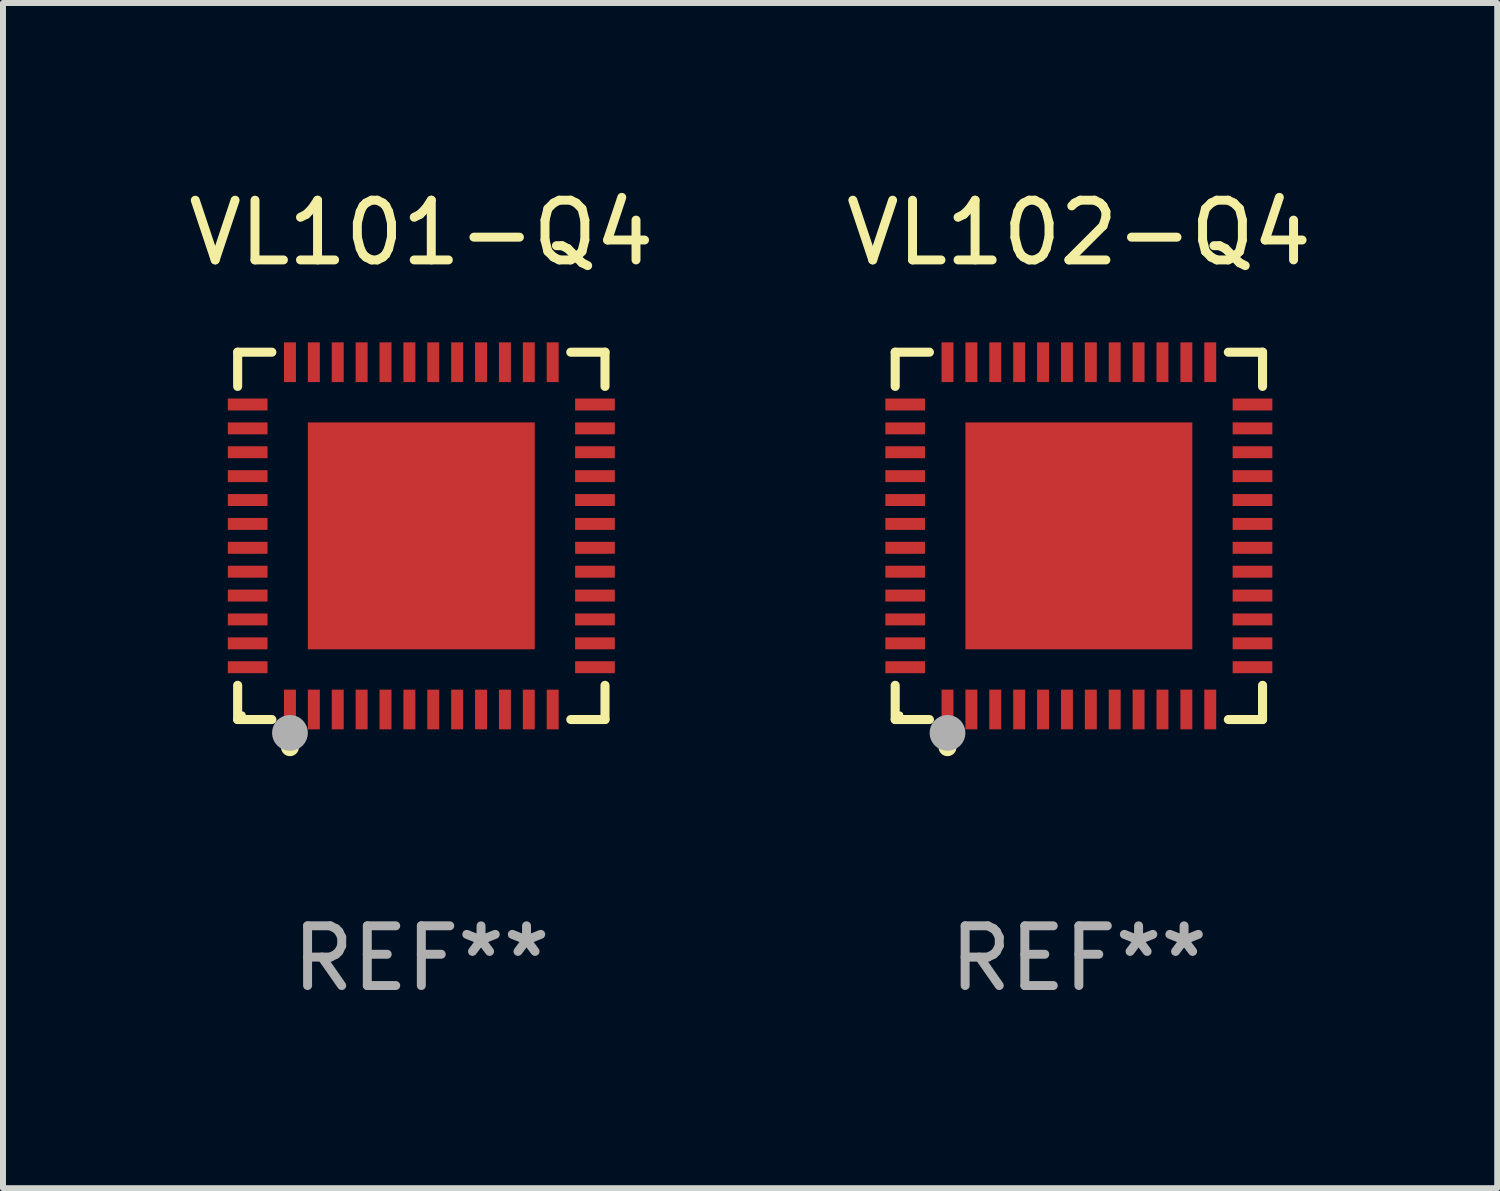
<source format=kicad_pcb>
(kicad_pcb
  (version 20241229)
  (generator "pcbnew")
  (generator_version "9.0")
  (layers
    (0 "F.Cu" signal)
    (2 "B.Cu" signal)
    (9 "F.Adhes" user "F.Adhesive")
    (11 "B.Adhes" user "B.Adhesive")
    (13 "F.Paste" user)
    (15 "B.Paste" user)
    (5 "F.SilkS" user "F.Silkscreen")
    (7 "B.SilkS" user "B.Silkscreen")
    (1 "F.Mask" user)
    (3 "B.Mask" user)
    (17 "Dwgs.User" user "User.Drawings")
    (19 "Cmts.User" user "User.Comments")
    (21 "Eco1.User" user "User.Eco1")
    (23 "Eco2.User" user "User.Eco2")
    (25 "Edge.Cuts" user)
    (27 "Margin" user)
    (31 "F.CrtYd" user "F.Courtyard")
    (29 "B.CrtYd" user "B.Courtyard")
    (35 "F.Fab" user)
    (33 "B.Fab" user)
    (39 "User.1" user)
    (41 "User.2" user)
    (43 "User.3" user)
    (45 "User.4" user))
  (footprint "VL101-Q4"
    (layer "F.Cu")
    (at 4.006 5.924)
    (property "Reference" "VL101-Q4" (at 0 -5.076 0) (layer "F.SilkS") (effects (font (size 1 1) (thickness 0.15))))
    (attr through_hole)
    (fp_line (start -3.076 -3.076) (end -2.503 -3.076) (stroke (width 0.152) (type solid)) (layer "F.SilkS"))
    (fp_line (start -3.076 -2.503) (end -3.076 -3.076) (stroke (width 0.152) (type solid)) (layer "F.SilkS"))
    (fp_line (start -3.076 2.503) (end -3.076 3.076) (stroke (width 0.152) (type solid)) (layer "F.SilkS"))
    (fp_line (start -3.076 3.076) (end -2.503 3.076) (stroke (width 0.152) (type solid)) (layer "F.SilkS"))
    (fp_line (start 3.076 -3.076) (end 2.503 -3.076) (stroke (width 0.152) (type solid)) (layer "F.SilkS"))
    (fp_line (start 3.076 -2.503) (end 3.076 -3.076) (stroke (width 0.152) (type solid)) (layer "F.SilkS"))
    (fp_line (start 3.076 2.503) (end 3.076 3.076) (stroke (width 0.152) (type solid)) (layer "F.SilkS"))
    (fp_line (start 3.076 3.076) (end 2.503 3.076) (stroke (width 0.152) (type solid)) (layer "F.SilkS"))
    (fp_circle (center -3 3) (end -2.97 3) (stroke (width 0.06) (type solid)) (fill no) (layer "F.SilkS"))
    (fp_circle (center -2.2 3.54) (end -2.125 3.54) (stroke (width 0.15) (type solid)) (fill no) (layer "F.SilkS"))
    (fp_circle (center -2.2 3.3) (end -2.05 3.3) (stroke (width 0.3) (type solid)) (fill no) (layer "F.Fab"))
    (fp_text user "REF**" (at 0 7.076 0) (layer "F.Fab") (effects (font (size 1 1) (thickness 0.15))))
    (pad "1" smd rect (at -2.2 2.908) (size 0.2 0.665) (layers "F.Cu" "F.Mask" "F.Paste"))
    (pad "2" smd rect (at -1.8 2.908) (size 0.2 0.665) (layers "F.Cu" "F.Mask" "F.Paste"))
    (pad "3" smd rect (at -1.4 2.908) (size 0.2 0.665) (layers "F.Cu" "F.Mask" "F.Paste"))
    (pad "4" smd rect (at -1 2.908) (size 0.2 0.665) (layers "F.Cu" "F.Mask" "F.Paste"))
    (pad "5" smd rect (at -0.6 2.908) (size 0.2 0.665) (layers "F.Cu" "F.Mask" "F.Paste"))
    (pad "6" smd rect (at -0.2 2.908) (size 0.2 0.665) (layers "F.Cu" "F.Mask" "F.Paste"))
    (pad "7" smd rect (at 0.2 2.908) (size 0.2 0.665) (layers "F.Cu" "F.Mask" "F.Paste"))
    (pad "8" smd rect (at 0.6 2.908) (size 0.2 0.665) (layers "F.Cu" "F.Mask" "F.Paste"))
    (pad "9" smd rect (at 1 2.908) (size 0.2 0.665) (layers "F.Cu" "F.Mask" "F.Paste"))
    (pad "10" smd rect (at 1.4 2.908) (size 0.2 0.665) (layers "F.Cu" "F.Mask" "F.Paste"))
    (pad "11" smd rect (at 1.8 2.908) (size 0.2 0.665) (layers "F.Cu" "F.Mask" "F.Paste"))
    (pad "12" smd rect (at 2.2 2.908) (size 0.2 0.665) (layers "F.Cu" "F.Mask" "F.Paste"))
    (pad "13" smd rect (at 2.908 2.2) (size 0.665 0.2) (layers "F.Cu" "F.Mask" "F.Paste"))
    (pad "14" smd rect (at 2.908 1.8) (size 0.665 0.2) (layers "F.Cu" "F.Mask" "F.Paste"))
    (pad "15" smd rect (at 2.908 1.4) (size 0.665 0.2) (layers "F.Cu" "F.Mask" "F.Paste"))
    (pad "16" smd rect (at 2.908 1) (size 0.665 0.2) (layers "F.Cu" "F.Mask" "F.Paste"))
    (pad "17" smd rect (at 2.908 0.6) (size 0.665 0.2) (layers "F.Cu" "F.Mask" "F.Paste"))
    (pad "18" smd rect (at 2.908 0.2) (size 0.665 0.2) (layers "F.Cu" "F.Mask" "F.Paste"))
    (pad "19" smd rect (at 2.908 -0.2) (size 0.665 0.2) (layers "F.Cu" "F.Mask" "F.Paste"))
    (pad "20" smd rect (at 2.908 -0.6) (size 0.665 0.2) (layers "F.Cu" "F.Mask" "F.Paste"))
    (pad "21" smd rect (at 2.908 -1) (size 0.665 0.2) (layers "F.Cu" "F.Mask" "F.Paste"))
    (pad "22" smd rect (at 2.908 -1.4) (size 0.665 0.2) (layers "F.Cu" "F.Mask" "F.Paste"))
    (pad "23" smd rect (at 2.908 -1.8) (size 0.665 0.2) (layers "F.Cu" "F.Mask" "F.Paste"))
    (pad "24" smd rect (at 2.908 -2.2) (size 0.665 0.2) (layers "F.Cu" "F.Mask" "F.Paste"))
    (pad "25" smd rect (at 2.2 -2.908) (size 0.2 0.665) (layers "F.Cu" "F.Mask" "F.Paste"))
    (pad "26" smd rect (at 1.8 -2.908) (size 0.2 0.665) (layers "F.Cu" "F.Mask" "F.Paste"))
    (pad "27" smd rect (at 1.4 -2.908) (size 0.2 0.665) (layers "F.Cu" "F.Mask" "F.Paste"))
    (pad "28" smd rect (at 1 -2.908) (size 0.2 0.665) (layers "F.Cu" "F.Mask" "F.Paste"))
    (pad "29" smd rect (at 0.6 -2.908) (size 0.2 0.665) (layers "F.Cu" "F.Mask" "F.Paste"))
    (pad "30" smd rect (at 0.2 -2.908) (size 0.2 0.665) (layers "F.Cu" "F.Mask" "F.Paste"))
    (pad "31" smd rect (at -0.2 -2.908) (size 0.2 0.665) (layers "F.Cu" "F.Mask" "F.Paste"))
    (pad "32" smd rect (at -0.6 -2.908) (size 0.2 0.665) (layers "F.Cu" "F.Mask" "F.Paste"))
    (pad "33" smd rect (at -1 -2.908) (size 0.2 0.665) (layers "F.Cu" "F.Mask" "F.Paste"))
    (pad "34" smd rect (at -1.4 -2.908) (size 0.2 0.665) (layers "F.Cu" "F.Mask" "F.Paste"))
    (pad "35" smd rect (at -1.8 -2.908) (size 0.2 0.665) (layers "F.Cu" "F.Mask" "F.Paste"))
    (pad "36" smd rect (at -2.2 -2.908) (size 0.2 0.665) (layers "F.Cu" "F.Mask" "F.Paste"))
    (pad "37" smd rect (at -2.908 -2.2) (size 0.665 0.2) (layers "F.Cu" "F.Mask" "F.Paste"))
    (pad "38" smd rect (at -2.908 -1.8) (size 0.665 0.2) (layers "F.Cu" "F.Mask" "F.Paste"))
    (pad "39" smd rect (at -2.908 -1.4) (size 0.665 0.2) (layers "F.Cu" "F.Mask" "F.Paste"))
    (pad "40" smd rect (at -2.908 -1) (size 0.665 0.2) (layers "F.Cu" "F.Mask" "F.Paste"))
    (pad "41" smd rect (at -2.908 -0.6) (size 0.665 0.2) (layers "F.Cu" "F.Mask" "F.Paste"))
    (pad "42" smd rect (at -2.908 -0.2) (size 0.665 0.2) (layers "F.Cu" "F.Mask" "F.Paste"))
    (pad "43" smd rect (at -2.908 0.2) (size 0.665 0.2) (layers "F.Cu" "F.Mask" "F.Paste"))
    (pad "44" smd rect (at -2.908 0.6) (size 0.665 0.2) (layers "F.Cu" "F.Mask" "F.Paste"))
    (pad "45" smd rect (at -2.908 1) (size 0.665 0.2) (layers "F.Cu" "F.Mask" "F.Paste"))
    (pad "46" smd rect (at -2.908 1.4) (size 0.665 0.2) (layers "F.Cu" "F.Mask" "F.Paste"))
    (pad "47" smd rect (at -2.908 1.8) (size 0.665 0.2) (layers "F.Cu" "F.Mask" "F.Paste"))
    (pad "48" smd rect (at -2.908 2.2) (size 0.665 0.2) (layers "F.Cu" "F.Mask" "F.Paste"))
    (pad "49" smd rect (at 0 0) (size 3.8 3.8) (layers "F.Cu" "F.Mask" "F.Paste")))
  (footprint "VL102-Q4"
    (layer "F.Cu")
    (at 15.018 5.924)
    (property "Reference" "VL102-Q4" (at 0 -5.076 0) (layer "F.SilkS") (effects (font (size 1 1) (thickness 0.15))))
    (attr through_hole)
    (fp_line (start -3.076 -3.076) (end -2.503 -3.076) (stroke (width 0.152) (type solid)) (layer "F.SilkS"))
    (fp_line (start -3.076 -2.503) (end -3.076 -3.076) (stroke (width 0.152) (type solid)) (layer "F.SilkS"))
    (fp_line (start -3.076 2.503) (end -3.076 3.076) (stroke (width 0.152) (type solid)) (layer "F.SilkS"))
    (fp_line (start -3.076 3.076) (end -2.503 3.076) (stroke (width 0.152) (type solid)) (layer "F.SilkS"))
    (fp_line (start 3.076 -3.076) (end 2.503 -3.076) (stroke (width 0.152) (type solid)) (layer "F.SilkS"))
    (fp_line (start 3.076 -2.503) (end 3.076 -3.076) (stroke (width 0.152) (type solid)) (layer "F.SilkS"))
    (fp_line (start 3.076 2.503) (end 3.076 3.076) (stroke (width 0.152) (type solid)) (layer "F.SilkS"))
    (fp_line (start 3.076 3.076) (end 2.503 3.076) (stroke (width 0.152) (type solid)) (layer "F.SilkS"))
    (fp_circle (center -3 3) (end -2.97 3) (stroke (width 0.06) (type solid)) (fill no) (layer "F.SilkS"))
    (fp_circle (center -2.2 3.54) (end -2.125 3.54) (stroke (width 0.15) (type solid)) (fill no) (layer "F.SilkS"))
    (fp_circle (center -2.2 3.3) (end -2.05 3.3) (stroke (width 0.3) (type solid)) (fill no) (layer "F.Fab"))
    (fp_text user "REF**" (at 0 7.076 0) (layer "F.Fab") (effects (font (size 1 1) (thickness 0.15))))
    (pad "1" smd rect (at -2.2 2.908) (size 0.2 0.665) (layers "F.Cu" "F.Mask" "F.Paste"))
    (pad "2" smd rect (at -1.8 2.908) (size 0.2 0.665) (layers "F.Cu" "F.Mask" "F.Paste"))
    (pad "3" smd rect (at -1.4 2.908) (size 0.2 0.665) (layers "F.Cu" "F.Mask" "F.Paste"))
    (pad "4" smd rect (at -1 2.908) (size 0.2 0.665) (layers "F.Cu" "F.Mask" "F.Paste"))
    (pad "5" smd rect (at -0.6 2.908) (size 0.2 0.665) (layers "F.Cu" "F.Mask" "F.Paste"))
    (pad "6" smd rect (at -0.2 2.908) (size 0.2 0.665) (layers "F.Cu" "F.Mask" "F.Paste"))
    (pad "7" smd rect (at 0.2 2.908) (size 0.2 0.665) (layers "F.Cu" "F.Mask" "F.Paste"))
    (pad "8" smd rect (at 0.6 2.908) (size 0.2 0.665) (layers "F.Cu" "F.Mask" "F.Paste"))
    (pad "9" smd rect (at 1 2.908) (size 0.2 0.665) (layers "F.Cu" "F.Mask" "F.Paste"))
    (pad "10" smd rect (at 1.4 2.908) (size 0.2 0.665) (layers "F.Cu" "F.Mask" "F.Paste"))
    (pad "11" smd rect (at 1.8 2.908) (size 0.2 0.665) (layers "F.Cu" "F.Mask" "F.Paste"))
    (pad "12" smd rect (at 2.2 2.908) (size 0.2 0.665) (layers "F.Cu" "F.Mask" "F.Paste"))
    (pad "13" smd rect (at 2.908 2.2) (size 0.665 0.2) (layers "F.Cu" "F.Mask" "F.Paste"))
    (pad "14" smd rect (at 2.908 1.8) (size 0.665 0.2) (layers "F.Cu" "F.Mask" "F.Paste"))
    (pad "15" smd rect (at 2.908 1.4) (size 0.665 0.2) (layers "F.Cu" "F.Mask" "F.Paste"))
    (pad "16" smd rect (at 2.908 1) (size 0.665 0.2) (layers "F.Cu" "F.Mask" "F.Paste"))
    (pad "17" smd rect (at 2.908 0.6) (size 0.665 0.2) (layers "F.Cu" "F.Mask" "F.Paste"))
    (pad "18" smd rect (at 2.908 0.2) (size 0.665 0.2) (layers "F.Cu" "F.Mask" "F.Paste"))
    (pad "19" smd rect (at 2.908 -0.2) (size 0.665 0.2) (layers "F.Cu" "F.Mask" "F.Paste"))
    (pad "20" smd rect (at 2.908 -0.6) (size 0.665 0.2) (layers "F.Cu" "F.Mask" "F.Paste"))
    (pad "21" smd rect (at 2.908 -1) (size 0.665 0.2) (layers "F.Cu" "F.Mask" "F.Paste"))
    (pad "22" smd rect (at 2.908 -1.4) (size 0.665 0.2) (layers "F.Cu" "F.Mask" "F.Paste"))
    (pad "23" smd rect (at 2.908 -1.8) (size 0.665 0.2) (layers "F.Cu" "F.Mask" "F.Paste"))
    (pad "24" smd rect (at 2.908 -2.2) (size 0.665 0.2) (layers "F.Cu" "F.Mask" "F.Paste"))
    (pad "25" smd rect (at 2.2 -2.908) (size 0.2 0.665) (layers "F.Cu" "F.Mask" "F.Paste"))
    (pad "26" smd rect (at 1.8 -2.908) (size 0.2 0.665) (layers "F.Cu" "F.Mask" "F.Paste"))
    (pad "27" smd rect (at 1.4 -2.908) (size 0.2 0.665) (layers "F.Cu" "F.Mask" "F.Paste"))
    (pad "28" smd rect (at 1 -2.908) (size 0.2 0.665) (layers "F.Cu" "F.Mask" "F.Paste"))
    (pad "29" smd rect (at 0.6 -2.908) (size 0.2 0.665) (layers "F.Cu" "F.Mask" "F.Paste"))
    (pad "30" smd rect (at 0.2 -2.908) (size 0.2 0.665) (layers "F.Cu" "F.Mask" "F.Paste"))
    (pad "31" smd rect (at -0.2 -2.908) (size 0.2 0.665) (layers "F.Cu" "F.Mask" "F.Paste"))
    (pad "32" smd rect (at -0.6 -2.908) (size 0.2 0.665) (layers "F.Cu" "F.Mask" "F.Paste"))
    (pad "33" smd rect (at -1 -2.908) (size 0.2 0.665) (layers "F.Cu" "F.Mask" "F.Paste"))
    (pad "34" smd rect (at -1.4 -2.908) (size 0.2 0.665) (layers "F.Cu" "F.Mask" "F.Paste"))
    (pad "35" smd rect (at -1.8 -2.908) (size 0.2 0.665) (layers "F.Cu" "F.Mask" "F.Paste"))
    (pad "36" smd rect (at -2.2 -2.908) (size 0.2 0.665) (layers "F.Cu" "F.Mask" "F.Paste"))
    (pad "37" smd rect (at -2.908 -2.2) (size 0.665 0.2) (layers "F.Cu" "F.Mask" "F.Paste"))
    (pad "38" smd rect (at -2.908 -1.8) (size 0.665 0.2) (layers "F.Cu" "F.Mask" "F.Paste"))
    (pad "39" smd rect (at -2.908 -1.4) (size 0.665 0.2) (layers "F.Cu" "F.Mask" "F.Paste"))
    (pad "40" smd rect (at -2.908 -1) (size 0.665 0.2) (layers "F.Cu" "F.Mask" "F.Paste"))
    (pad "41" smd rect (at -2.908 -0.6) (size 0.665 0.2) (layers "F.Cu" "F.Mask" "F.Paste"))
    (pad "42" smd rect (at -2.908 -0.2) (size 0.665 0.2) (layers "F.Cu" "F.Mask" "F.Paste"))
    (pad "43" smd rect (at -2.908 0.2) (size 0.665 0.2) (layers "F.Cu" "F.Mask" "F.Paste"))
    (pad "44" smd rect (at -2.908 0.6) (size 0.665 0.2) (layers "F.Cu" "F.Mask" "F.Paste"))
    (pad "45" smd rect (at -2.908 1) (size 0.665 0.2) (layers "F.Cu" "F.Mask" "F.Paste"))
    (pad "46" smd rect (at -2.908 1.4) (size 0.665 0.2) (layers "F.Cu" "F.Mask" "F.Paste"))
    (pad "47" smd rect (at -2.908 1.8) (size 0.665 0.2) (layers "F.Cu" "F.Mask" "F.Paste"))
    (pad "48" smd rect (at -2.908 2.2) (size 0.665 0.2) (layers "F.Cu" "F.Mask" "F.Paste"))
    (pad "49" smd rect (at 0 0) (size 3.8 3.8) (layers "F.Cu" "F.Mask" "F.Paste")))
  (gr_rect
    (start -3 -3)
    (end 22.024 16.849)
    (stroke (width 0.1) (type default))
    (fill no)
    (layer "Edge.Cuts")))
</source>
